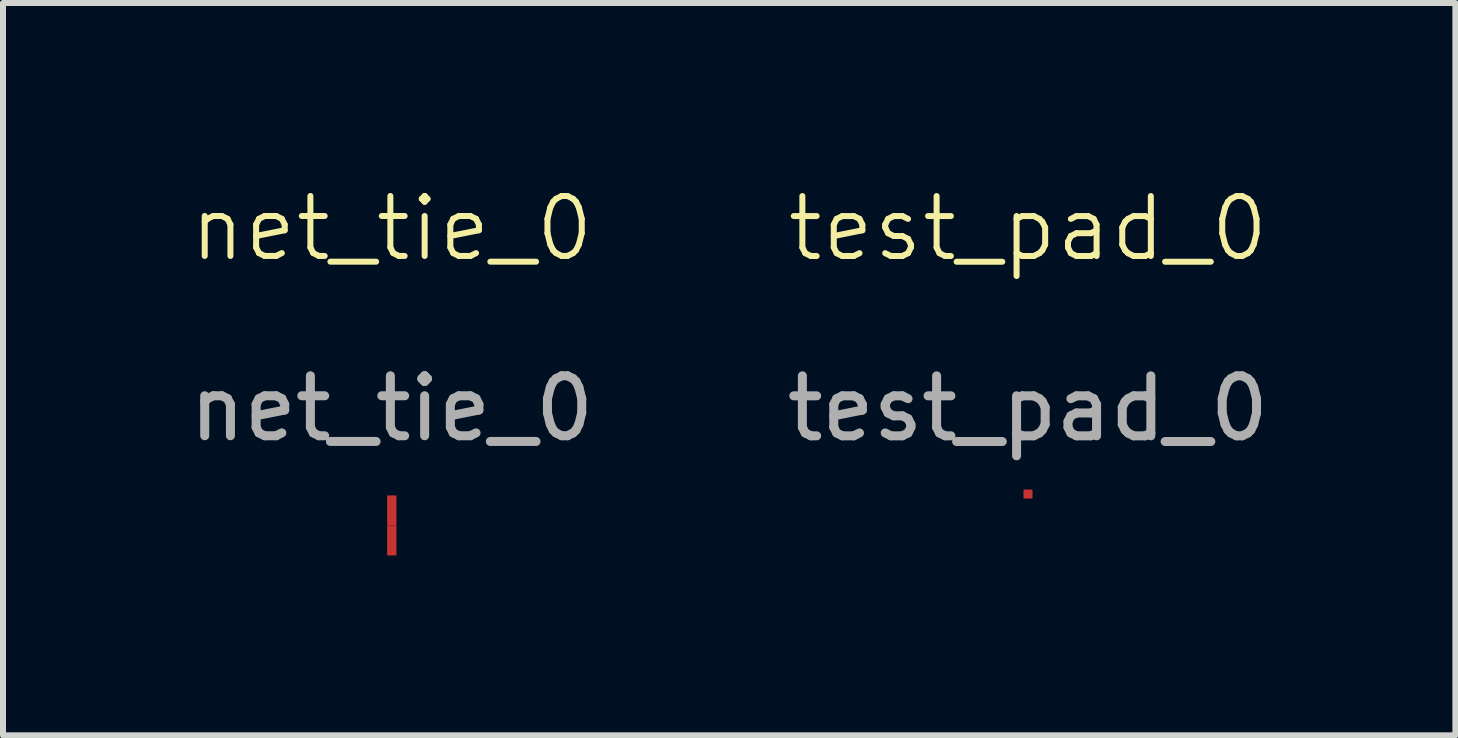
<source format=kicad_pcb>
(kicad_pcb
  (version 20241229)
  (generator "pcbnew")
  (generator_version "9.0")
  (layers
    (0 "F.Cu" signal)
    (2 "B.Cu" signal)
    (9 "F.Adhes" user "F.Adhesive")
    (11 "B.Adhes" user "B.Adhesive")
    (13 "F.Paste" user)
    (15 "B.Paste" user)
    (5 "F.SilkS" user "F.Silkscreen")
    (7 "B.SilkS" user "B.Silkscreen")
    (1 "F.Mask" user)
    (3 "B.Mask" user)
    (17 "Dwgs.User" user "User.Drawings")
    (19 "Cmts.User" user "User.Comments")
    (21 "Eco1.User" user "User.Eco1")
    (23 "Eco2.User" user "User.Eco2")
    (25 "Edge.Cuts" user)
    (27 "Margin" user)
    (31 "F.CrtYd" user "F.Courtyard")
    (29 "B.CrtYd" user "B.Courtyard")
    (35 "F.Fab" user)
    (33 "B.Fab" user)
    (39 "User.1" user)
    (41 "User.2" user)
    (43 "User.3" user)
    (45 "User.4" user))
  (footprint "net_tie_0"
    (layer "F.Cu")
    (at 3.482 1.26)
    (property "Reference" "net_tie_0" (at 0 -0.5 0) (unlocked yes) (layer "F.SilkS") (effects (font (size 1 1) (thickness 0.1))))
    (attr smd)
    (fp_text user "${REFERENCE}" (at 0 2.5 0) (unlocked yes) (layer "F.Fab") (effects (font (size 1 1) (thickness 0.15))))
    (pad "1" smd rect (at 0 4.2 180) (size 0.155 0.5) (layers "F.Cu" "F.Mask" "F.Paste"))
    (pad "2" smd rect (at 0 4.7 180) (size 0.155 0.5) (layers "F.Cu" "F.Mask" "F.Paste")))
  (footprint "test_pad_0"
    (layer "F.Cu")
    (at 14.089 5.261)
    (property "Reference" "test_pad_0" (at 0 -4.5 0) (unlocked yes) (layer "F.SilkS") (effects (font (size 1 1) (thickness 0.1))))
    (attr smd)
    (fp_text user "${REFERENCE}" (at 0 -1.5 0) (unlocked yes) (layer "F.Fab") (effects (font (size 1 1) (thickness 0.15))))
    (pad "1" smd roundrect (at 0 -0.075) (size 0.15 0.15) (layers "F.Cu" "F.Mask" "F.Paste") (roundrect_rratio 0.1)))
  (gr_rect
    (start -3 -3)
    (end 21.214 9.21)
    (stroke (width 0.1) (type default))
    (fill no)
    (layer "Edge.Cuts")))
</source>
